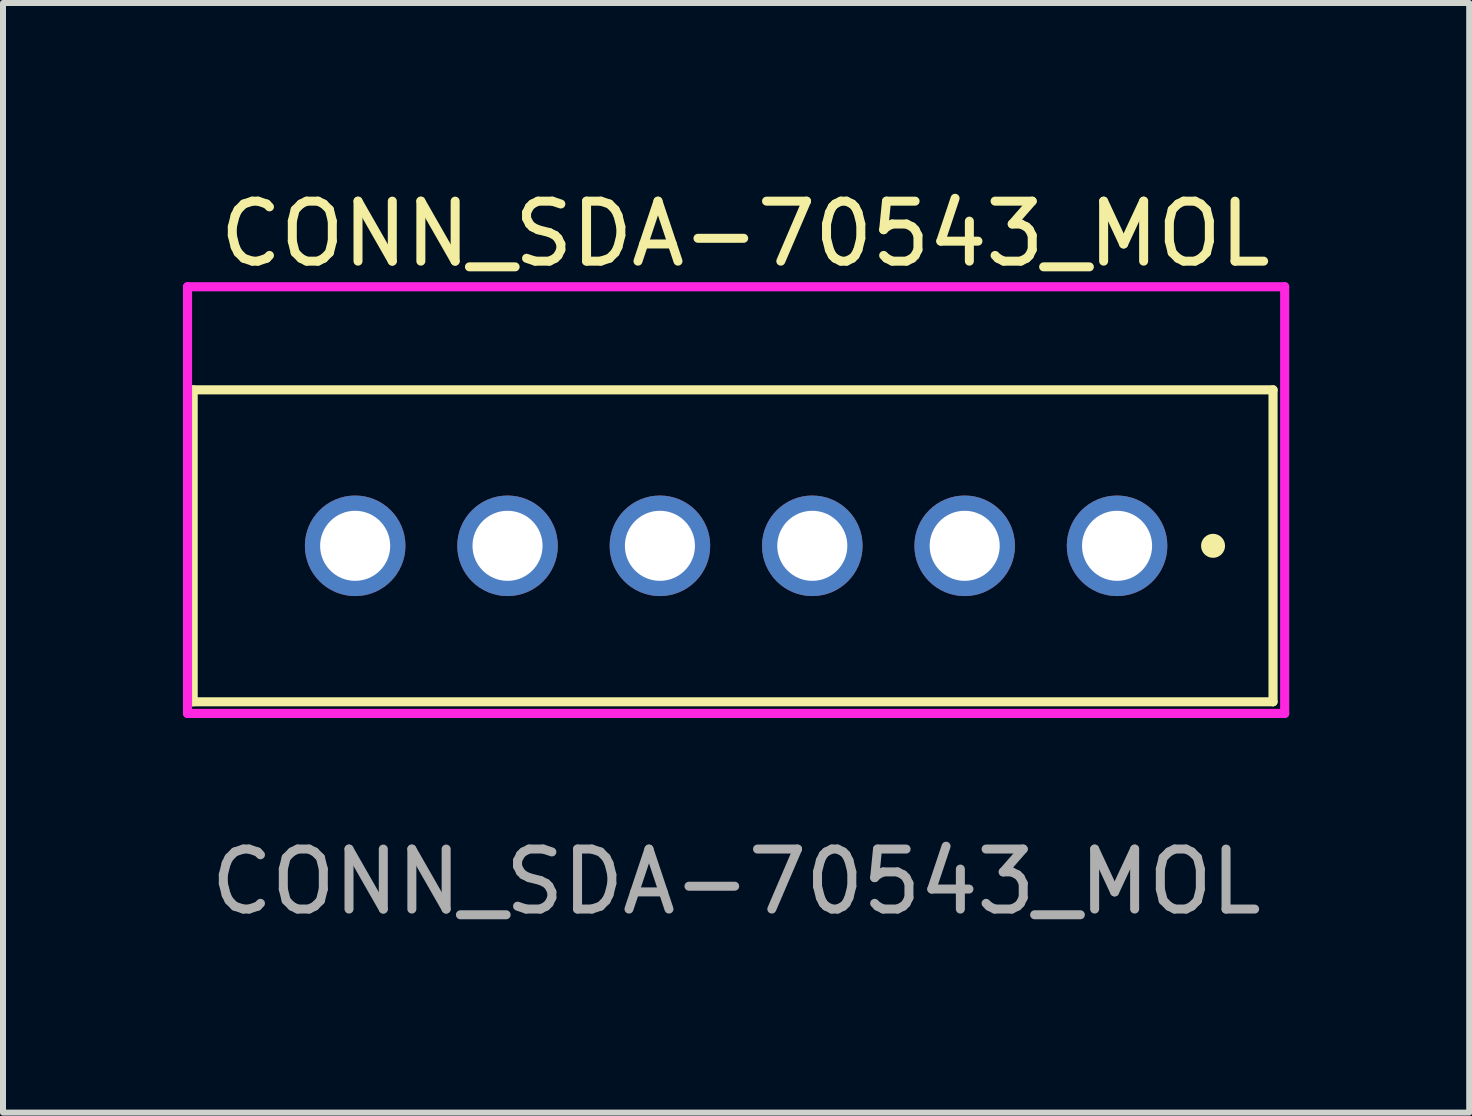
<source format=kicad_pcb>
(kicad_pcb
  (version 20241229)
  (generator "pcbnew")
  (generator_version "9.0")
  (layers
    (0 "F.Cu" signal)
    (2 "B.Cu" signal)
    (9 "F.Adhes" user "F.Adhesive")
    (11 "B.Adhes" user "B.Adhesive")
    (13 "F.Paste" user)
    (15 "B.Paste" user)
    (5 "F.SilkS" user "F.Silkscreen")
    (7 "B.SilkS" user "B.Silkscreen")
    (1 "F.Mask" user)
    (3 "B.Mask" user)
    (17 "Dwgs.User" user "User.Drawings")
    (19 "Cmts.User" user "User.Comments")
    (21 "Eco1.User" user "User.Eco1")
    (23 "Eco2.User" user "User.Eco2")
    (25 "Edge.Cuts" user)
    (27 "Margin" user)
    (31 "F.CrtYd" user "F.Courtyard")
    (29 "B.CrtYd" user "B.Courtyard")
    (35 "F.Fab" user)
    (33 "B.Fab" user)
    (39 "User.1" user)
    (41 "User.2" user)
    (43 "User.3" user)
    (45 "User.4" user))
  (footprint "CONN_SDA-70543_MOL"
    (layer "F.Cu")
    (at 15.57 6.048)
    (property "Reference" "CONN_SDA-70543_MOL" (at -6.2 -5.2 0) (unlocked yes) (layer "F.SilkS") (effects (font (size 1 1) (thickness 0.15))))
    (attr through_hole)
    (fp_line (start -15.4 -2.6) (end -15.4 2.6) (stroke (width 0.152) (type solid)) (layer "F.SilkS"))
    (fp_line (start 2.6 -2.6) (end -15.4 -2.6) (stroke (width 0.152) (type solid)) (layer "F.SilkS"))
    (fp_line (start 2.6 -2.6) (end 2.6 2.6) (stroke (width 0.152) (type solid)) (layer "F.SilkS"))
    (fp_line (start 2.6 2.6) (end -15.4 2.6) (stroke (width 0.152) (type solid)) (layer "F.SilkS"))
    (fp_circle (center 1.6 0) (end 1.7 0) (stroke (width 0.2) (type solid)) (fill no) (layer "F.SilkS"))
    (fp_line (start -15.494 -4.318) (end -15.494 2.794) (stroke (width 0.152) (type solid)) (layer "F.CrtYd"))
    (fp_line (start -15.494 2.794) (end 2.794 2.794) (stroke (width 0.152) (type solid)) (layer "F.CrtYd"))
    (fp_line (start 2.794 -4.318) (end -15.494 -4.318) (stroke (width 0.152) (type solid)) (layer "F.CrtYd"))
    (fp_line (start 2.794 2.794) (end 2.794 -4.318) (stroke (width 0.152) (type solid)) (layer "F.CrtYd"))
    (fp_text user "${REFERENCE}" (at -6.35 5.6 0) (unlocked yes) (layer "F.Fab") (effects (font (size 1 1) (thickness 0.15))))
    (pad "1" thru_hole circle (at 0 0) (size 1.676 1.676) (drill 1.168) (layers "*.Cu" "*.Mask"))
    (pad "2" thru_hole circle (at -2.54 0) (size 1.676 1.676) (drill 1.168) (layers "*.Cu" "*.Mask"))
    (pad "3" thru_hole circle (at -5.08 0) (size 1.676 1.676) (drill 1.168) (layers "*.Cu" "*.Mask"))
    (pad "4" thru_hole circle (at -7.62 0) (size 1.676 1.676) (drill 1.168) (layers "*.Cu" "*.Mask"))
    (pad "5" thru_hole circle (at -10.16 0) (size 1.676 1.676) (drill 1.168) (layers "*.Cu" "*.Mask"))
    (pad "6" thru_hole circle (at -12.7 0) (size 1.676 1.676) (drill 1.168) (layers "*.Cu" "*.Mask")))
  (gr_rect
    (start -3 -3)
    (end 21.44 15.496)
    (stroke (width 0.1) (type default))
    (fill no)
    (layer "Edge.Cuts")))
</source>
